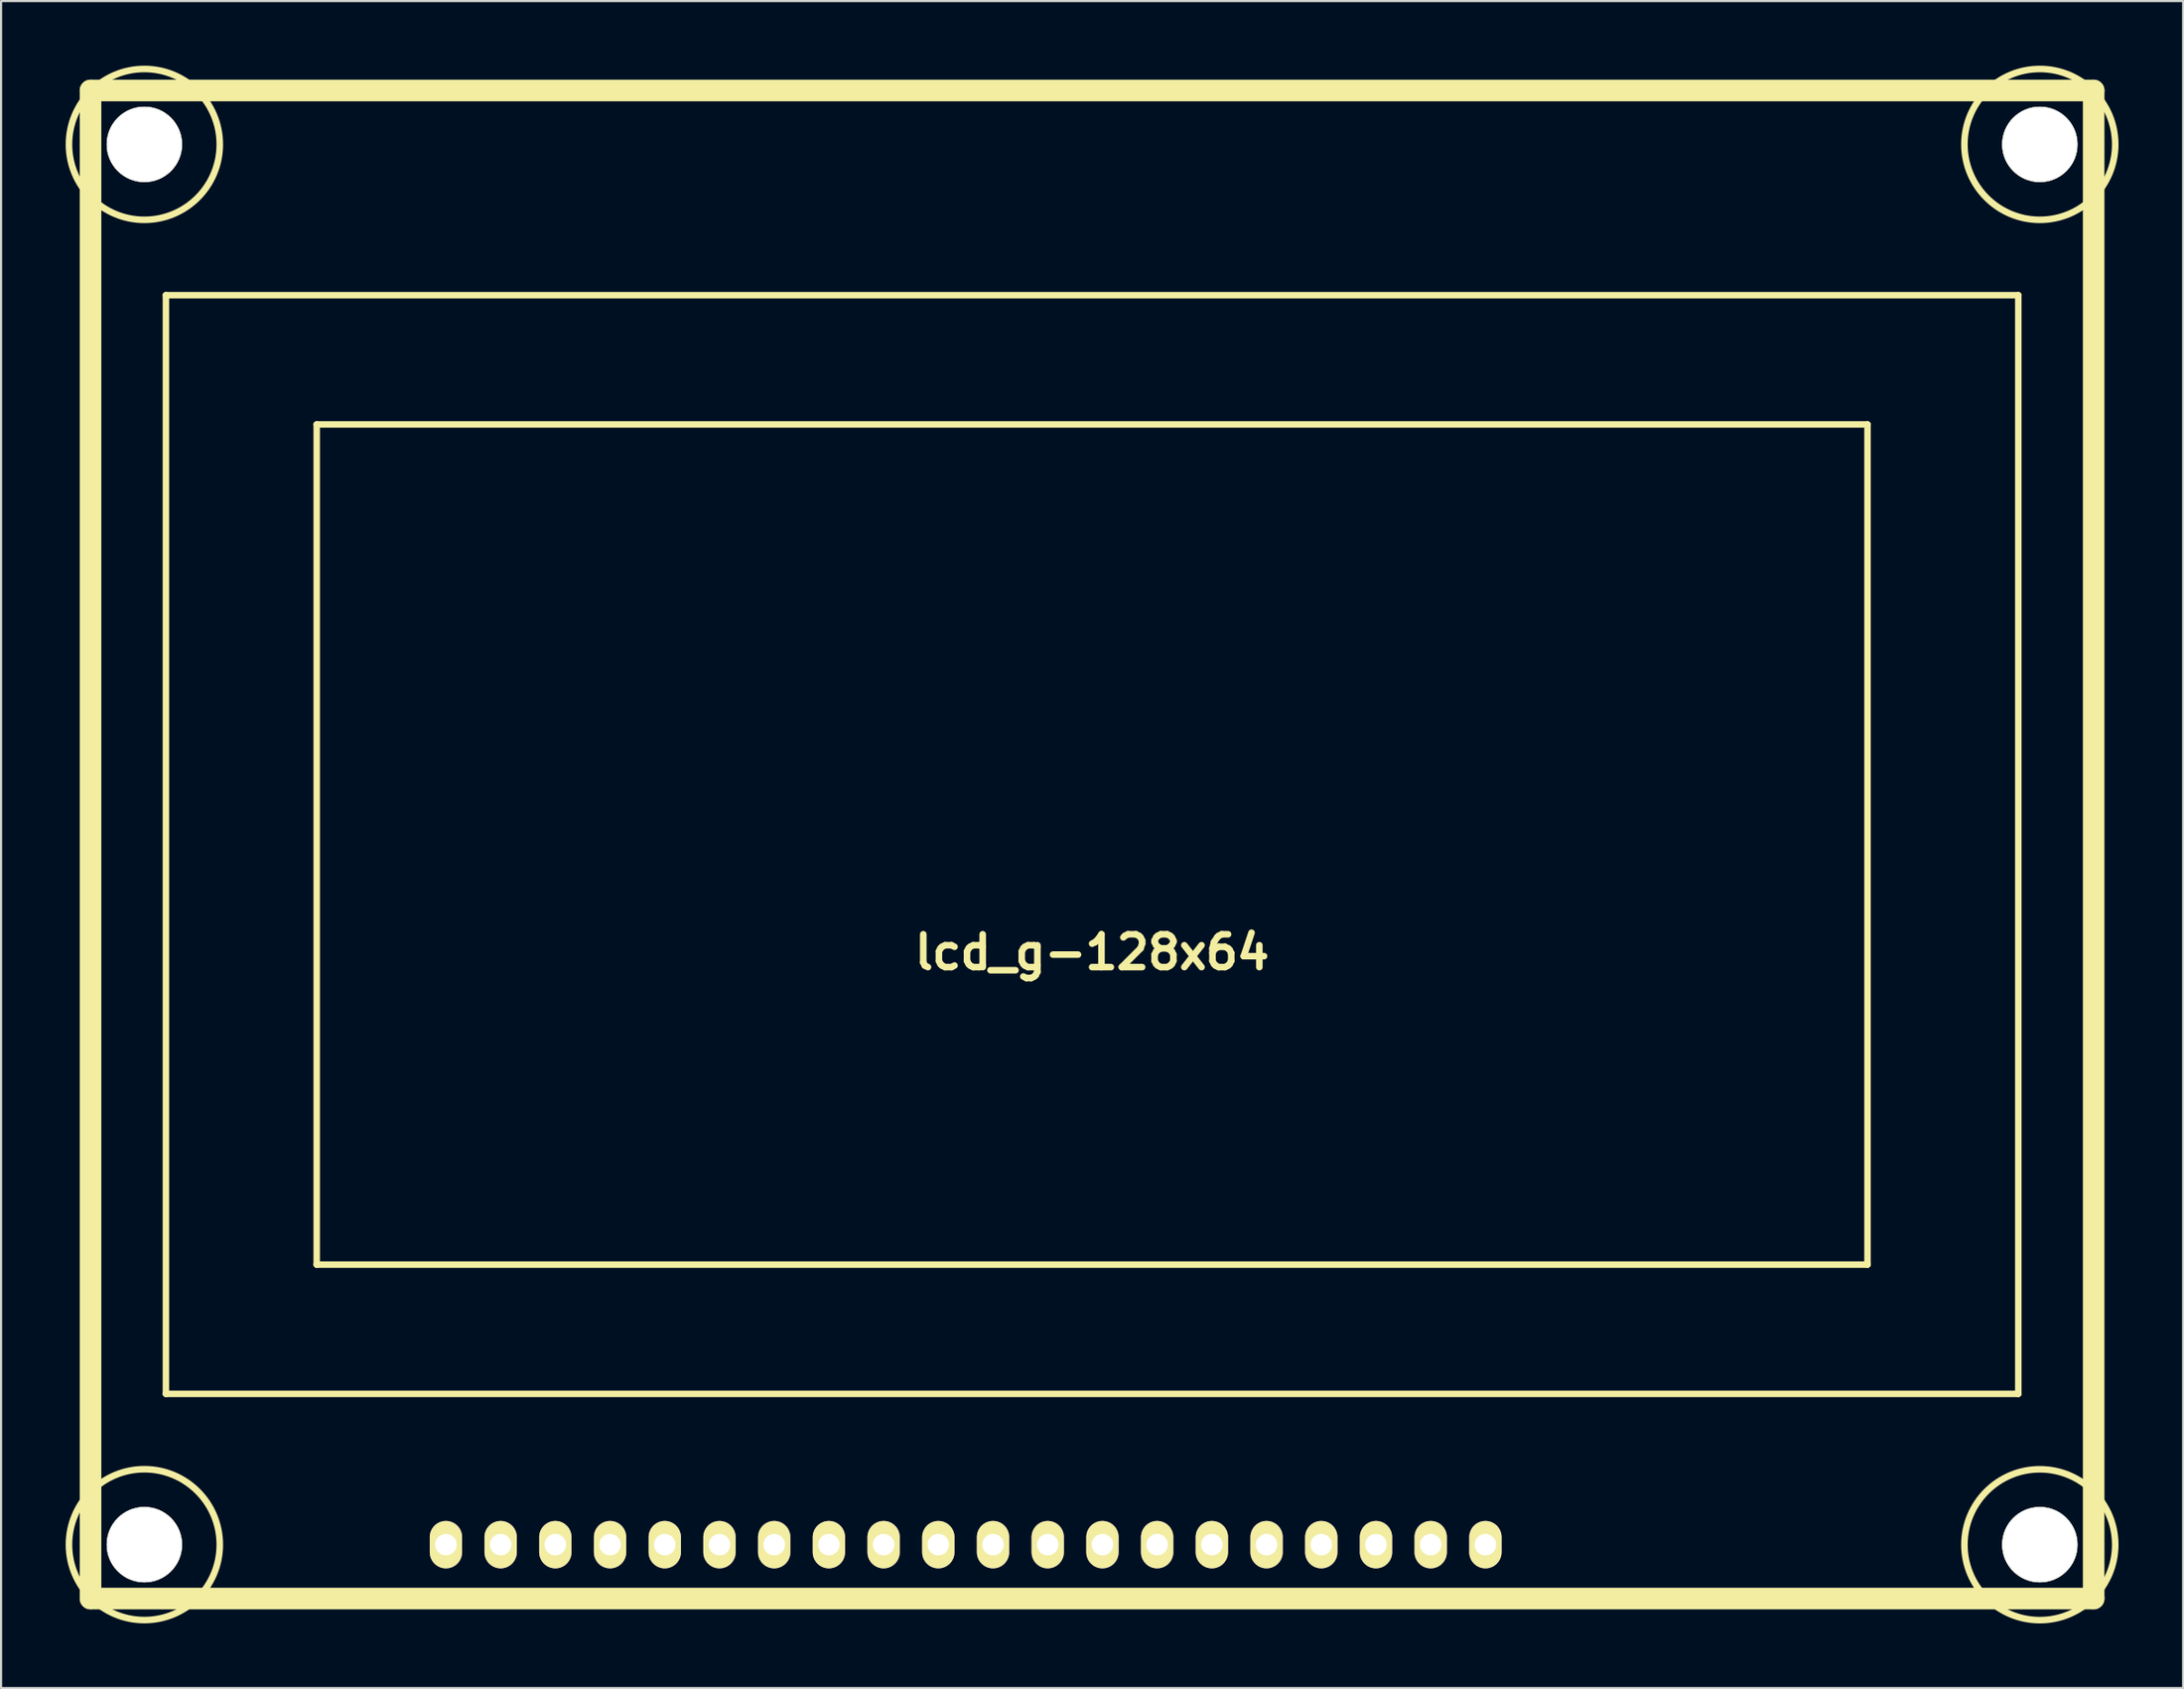
<source format=kicad_pcb>
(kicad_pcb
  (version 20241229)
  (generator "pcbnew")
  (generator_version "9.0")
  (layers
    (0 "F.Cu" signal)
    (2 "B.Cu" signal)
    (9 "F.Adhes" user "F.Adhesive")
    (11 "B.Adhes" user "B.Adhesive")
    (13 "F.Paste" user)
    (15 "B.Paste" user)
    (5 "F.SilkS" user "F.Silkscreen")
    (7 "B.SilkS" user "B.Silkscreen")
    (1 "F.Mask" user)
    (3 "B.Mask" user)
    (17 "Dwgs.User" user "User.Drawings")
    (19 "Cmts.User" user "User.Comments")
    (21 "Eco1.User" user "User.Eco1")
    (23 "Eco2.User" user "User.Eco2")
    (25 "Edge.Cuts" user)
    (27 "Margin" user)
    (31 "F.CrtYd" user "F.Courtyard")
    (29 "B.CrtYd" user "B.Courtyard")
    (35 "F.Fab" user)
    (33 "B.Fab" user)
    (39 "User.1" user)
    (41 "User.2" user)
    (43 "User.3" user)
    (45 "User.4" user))
  (footprint "lcd_g-128x64"
    (layer "F.Cu")
    (at 47.653 36.152)
    (property "Reference" "lcd_g-128x64" (at 0 5.001 0) (layer "F.SilkS") (effects (font (size 1.524 1.524) (thickness 0.305))))
    (attr through_hole)
    (fp_line (start -46.5 -35.001) (end 46.5 -35.001) (stroke (width 1.001) (type solid)) (layer "F.SilkS"))
    (fp_line (start -46.5 35.001) (end -46.5 -35.001) (stroke (width 1.001) (type solid)) (layer "F.SilkS"))
    (fp_line (start -43 -25.499) (end 43 -25.499) (stroke (width 0.3) (type solid)) (layer "F.SilkS"))
    (fp_line (start -43 25.499) (end -43 -25.499) (stroke (width 0.3) (type solid)) (layer "F.SilkS"))
    (fp_line (start -35.999 -19.5) (end 35.999 -19.5) (stroke (width 0.3) (type solid)) (layer "F.SilkS"))
    (fp_line (start -35.999 19.5) (end -35.999 -19.5) (stroke (width 0.3) (type solid)) (layer "F.SilkS"))
    (fp_line (start 35.999 -19.5) (end 35.999 19.5) (stroke (width 0.3) (type solid)) (layer "F.SilkS"))
    (fp_line (start 35.999 19.5) (end -35.999 19.5) (stroke (width 0.3) (type solid)) (layer "F.SilkS"))
    (fp_line (start 43 -25.499) (end 43 25.499) (stroke (width 0.3) (type solid)) (layer "F.SilkS"))
    (fp_line (start 43 25.499) (end -43 25.499) (stroke (width 0.3) (type solid)) (layer "F.SilkS"))
    (fp_line (start 46.5 -35.001) (end 46.5 35.001) (stroke (width 1.001) (type solid)) (layer "F.SilkS"))
    (fp_line (start 46.5 35.001) (end -46.5 35.001) (stroke (width 1.001) (type solid)) (layer "F.SilkS"))
    (fp_circle (center -44 -32.499) (end -47.501 -32.499) (stroke (width 0.305) (type solid)) (fill no) (layer "F.SilkS"))
    (fp_circle (center -44 32.499) (end -47.501 32.499) (stroke (width 0.305) (type solid)) (fill no) (layer "F.SilkS"))
    (fp_circle (center 44 -32.499) (end 47.501 -32.499) (stroke (width 0.305) (type solid)) (fill no) (layer "F.SilkS"))
    (fp_circle (center 44 32.502) (end 47.501 32.502) (stroke (width 0.305) (type solid)) (fill no) (layer "F.SilkS"))
    (pad "" np_thru_hole circle (at -44 -32.499) (size 3.5 3.5) (drill 3.5) (layers "*.Cu" "*.Mask" "F.SilkS"))
    (pad "" np_thru_hole circle (at -44 32.499) (size 3.5 3.5) (drill 3.5) (layers "*.Cu" "*.Mask" "F.SilkS"))
    (pad "" np_thru_hole circle (at 44 -32.499) (size 3.5 3.5) (drill 3.5) (layers "*.Cu" "*.Mask" "F.SilkS"))
    (pad "" np_thru_hole circle (at 44 32.499) (size 3.5 3.5) (drill 3.5) (layers "*.Cu" "*.Mask" "F.SilkS"))
    (pad "1" thru_hole oval (at 18.26 32.499) (size 1.5 2.2) (drill 1) (layers "*.Cu" "*.Mask" "F.SilkS"))
    (pad "2" thru_hole oval (at 15.72 32.499) (size 1.5 2.2) (drill 1) (layers "*.Cu" "*.Mask" "F.SilkS"))
    (pad "3" thru_hole oval (at 13.18 32.499) (size 1.5 2.2) (drill 1) (layers "*.Cu" "*.Mask" "F.SilkS"))
    (pad "4" thru_hole oval (at 10.64 32.499) (size 1.5 2.2) (drill 1) (layers "*.Cu" "*.Mask" "F.SilkS"))
    (pad "5" thru_hole oval (at 8.1 32.499) (size 1.5 2.2) (drill 1) (layers "*.Cu" "*.Mask" "F.SilkS"))
    (pad "6" thru_hole oval (at 5.56 32.499) (size 1.5 2.2) (drill 1) (layers "*.Cu" "*.Mask" "F.SilkS"))
    (pad "7" thru_hole oval (at 3.02 32.499) (size 1.5 2.2) (drill 1) (layers "*.Cu" "*.Mask" "F.SilkS"))
    (pad "8" thru_hole oval (at 0.48 32.499) (size 1.5 2.2) (drill 1) (layers "*.Cu" "*.Mask" "F.SilkS"))
    (pad "9" thru_hole oval (at -2.06 32.499) (size 1.5 2.2) (drill 1) (layers "*.Cu" "*.Mask" "F.SilkS"))
    (pad "10" thru_hole oval (at -4.6 32.499) (size 1.5 2.2) (drill 1) (layers "*.Cu" "*.Mask" "F.SilkS"))
    (pad "11" thru_hole oval (at -7.14 32.499) (size 1.5 2.2) (drill 1) (layers "*.Cu" "*.Mask" "F.SilkS"))
    (pad "12" thru_hole oval (at -9.68 32.499) (size 1.5 2.2) (drill 1) (layers "*.Cu" "*.Mask" "F.SilkS"))
    (pad "13" thru_hole oval (at -12.22 32.499) (size 1.5 2.2) (drill 1) (layers "*.Cu" "*.Mask" "F.SilkS"))
    (pad "14" thru_hole oval (at -14.76 32.499) (size 1.5 2.2) (drill 1) (layers "*.Cu" "*.Mask" "F.SilkS"))
    (pad "15" thru_hole oval (at -17.3 32.499) (size 1.5 2.2) (drill 1) (layers "*.Cu" "*.Mask" "F.SilkS"))
    (pad "16" thru_hole oval (at -19.84 32.499) (size 1.5 2.2) (drill 1) (layers "*.Cu" "*.Mask" "F.SilkS"))
    (pad "17" thru_hole oval (at -22.38 32.499) (size 1.5 2.2) (drill 1) (layers "*.Cu" "*.Mask" "F.SilkS"))
    (pad "18" thru_hole oval (at -24.92 32.499) (size 1.5 2.2) (drill 1) (layers "*.Cu" "*.Mask" "F.SilkS"))
    (pad "19" thru_hole oval (at -27.46 32.499) (size 1.5 2.2) (drill 1) (layers "*.Cu" "*.Mask" "F.SilkS"))
    (pad "20" thru_hole oval (at -30 32.499) (size 1.5 2.2) (drill 1) (layers "*.Cu" "*.Mask" "F.SilkS")))
  (gr_rect
    (start -3 -3)
    (end 98.306 75.306)
    (stroke (width 0.1) (type default))
    (fill no)
    (layer "Edge.Cuts")))
</source>
